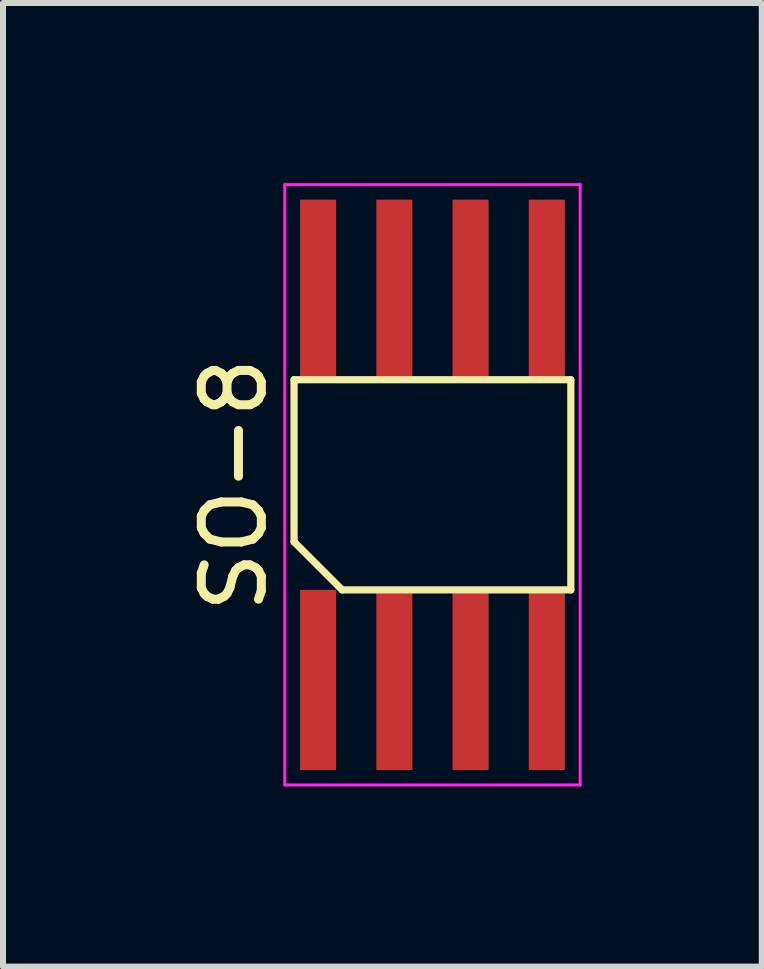
<source format=kicad_pcb>
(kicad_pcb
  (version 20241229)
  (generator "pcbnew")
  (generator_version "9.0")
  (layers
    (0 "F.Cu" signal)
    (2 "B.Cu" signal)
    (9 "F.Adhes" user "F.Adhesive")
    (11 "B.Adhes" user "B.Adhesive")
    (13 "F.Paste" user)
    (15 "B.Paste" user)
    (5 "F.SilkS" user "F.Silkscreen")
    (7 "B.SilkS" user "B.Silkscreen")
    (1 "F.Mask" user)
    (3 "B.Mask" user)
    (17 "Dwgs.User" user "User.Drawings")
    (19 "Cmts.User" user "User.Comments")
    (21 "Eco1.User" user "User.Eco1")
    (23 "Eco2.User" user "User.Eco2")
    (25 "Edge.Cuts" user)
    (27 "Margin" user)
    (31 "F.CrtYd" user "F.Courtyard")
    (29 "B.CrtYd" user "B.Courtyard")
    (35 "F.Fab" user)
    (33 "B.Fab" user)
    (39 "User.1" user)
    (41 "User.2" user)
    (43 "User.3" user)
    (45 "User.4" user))
  (footprint "SO-8"
    (layer "F.Cu")
    (at 4.153 5.025)
    (property "Reference" "SO-8" (at -3.305 0 90) (layer "F.SilkS") (effects (font (size 1 1) (thickness 0.15))))
    (attr smd)
    (fp_line (start -2.305 -1.75) (end 2.305 -1.75) (stroke (width 0.12) (type solid)) (layer "F.SilkS"))
    (fp_line (start -2.305 0.95) (end -2.305 -1.75) (stroke (width 0.12) (type solid)) (layer "F.SilkS"))
    (fp_line (start -1.505 1.75) (end -2.305 0.95) (stroke (width 0.12) (type solid)) (layer "F.SilkS"))
    (fp_line (start 2.305 -1.75) (end 2.305 1.75) (stroke (width 0.12) (type solid)) (layer "F.SilkS"))
    (fp_line (start 2.305 1.75) (end -1.505 1.75) (stroke (width 0.12) (type solid)) (layer "F.SilkS"))
    (fp_line (start -2.46 -5) (end 2.46 -5) (stroke (width 0.05) (type solid)) (layer "F.CrtYd"))
    (fp_line (start -2.46 5) (end -2.46 -5) (stroke (width 0.05) (type solid)) (layer "F.CrtYd"))
    (fp_line (start 2.46 -5) (end 2.46 5) (stroke (width 0.05) (type solid)) (layer "F.CrtYd"))
    (fp_line (start 2.46 5) (end -2.46 5) (stroke (width 0.05) (type solid)) (layer "F.CrtYd"))
    (pad "1" smd rect (at -1.905 3.25) (size 0.6 3) (layers "F.Cu" "F.Mask" "F.Paste"))
    (pad "2" smd rect (at -0.635 3.25) (size 0.6 3) (layers "F.Cu" "F.Mask" "F.Paste"))
    (pad "3" smd rect (at 0.635 3.25) (size 0.6 3) (layers "F.Cu" "F.Mask" "F.Paste"))
    (pad "4" smd rect (at 1.905 3.25) (size 0.6 3) (layers "F.Cu" "F.Mask" "F.Paste"))
    (pad "5" smd rect (at 1.905 -3.25) (size 0.6 3) (layers "F.Cu" "F.Mask" "F.Paste"))
    (pad "6" smd rect (at 0.635 -3.25) (size 0.6 3) (layers "F.Cu" "F.Mask" "F.Paste"))
    (pad "7" smd rect (at -0.635 -3.25) (size 0.6 3) (layers "F.Cu" "F.Mask" "F.Paste"))
    (pad "8" smd rect (at -1.905 -3.25) (size 0.6 3) (layers "F.Cu" "F.Mask" "F.Paste")))
  (gr_rect
    (start -3 -3)
    (end 9.638 13.05)
    (stroke (width 0.1) (type default))
    (fill no)
    (layer "Edge.Cuts")))
</source>
